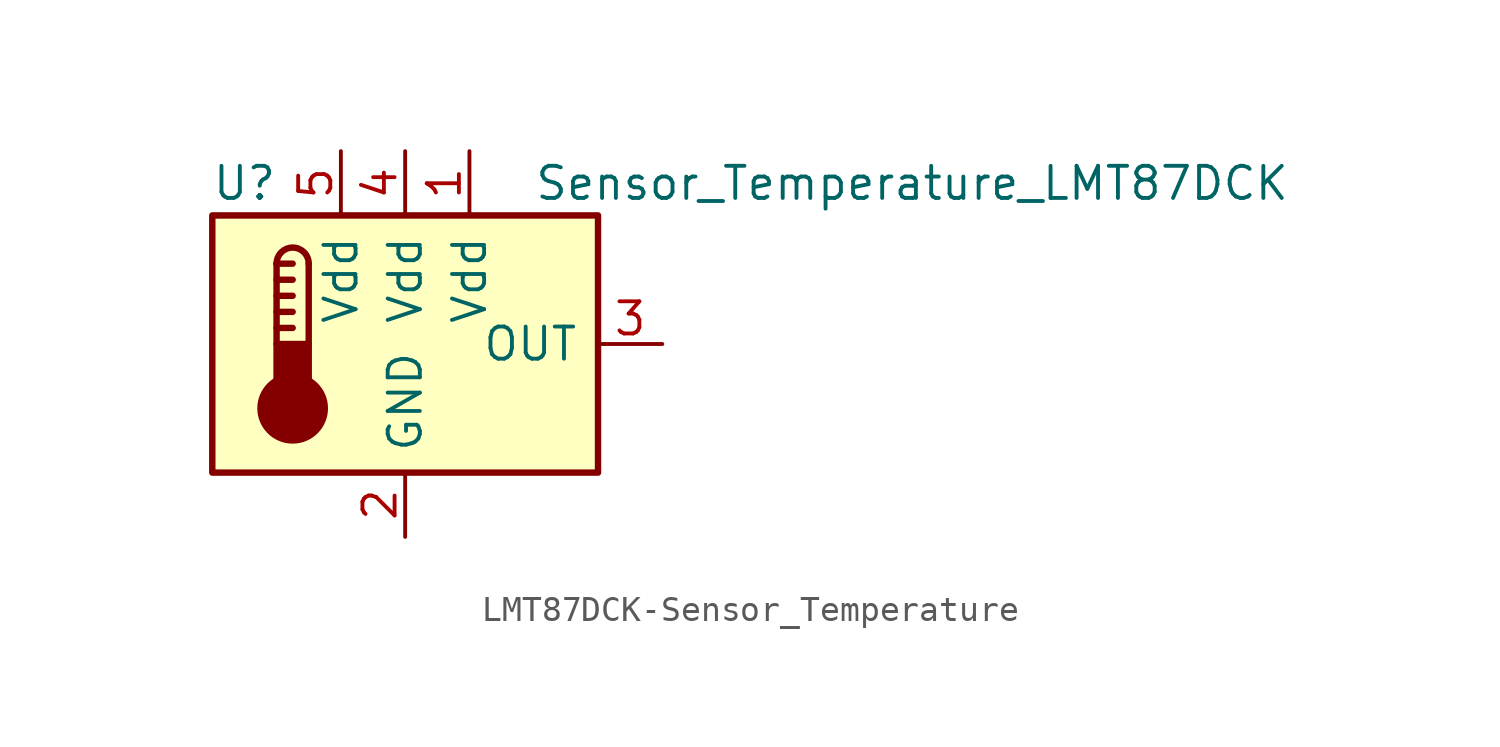
<source format=kicad_sym>
(kicad_symbol_lib
  (version 20220914)
  (generator kicad_symbol_editor)
  (symbol "LMT87DCK-Sensor_Temperature"
    (pin_names
      (offset 0.762))
    (property "Reference" "U"
      (at -6.35 6.35 0)
      (effects (font (size 1.27 1.27))))
    (property "Value" "Sensor_Temperature_LMT87DCK"
      (at 5.08 6.35 0)
      (effects (font (size 1.27 1.27)) (justify left)))
    (symbol "LMT87DCK-Sensor_Temperature_0_1"
      (rectangle (start -7.62 5.08) (end 7.62 -5.08) (stroke (width 0.254) (type solid)) (fill (type background)))
      (circle (center -4.445 -2.54) (radius 1.27) (stroke (width 0.254) (type solid)) (fill (type outline)))
      (rectangle (start -3.81 -1.905) (end -5.08 0) (stroke (width 0.254) (type solid)) (fill (type outline)))
      (arc (start -3.81 3.175) (mid -4.445 3.8073) (end -5.08 3.175) (stroke (width 0.254) (type solid)) (fill (type none)))
      (polyline (pts (xy -5.08 0.635) (xy -4.445 0.635)) (stroke (width 0.254) (type solid)) (fill (type none)))
      (polyline (pts (xy -5.08 1.27) (xy -4.445 1.27)) (stroke (width 0.254) (type solid)) (fill (type none)))
      (polyline (pts (xy -5.08 1.905) (xy -4.445 1.905)) (stroke (width 0.254) (type solid)) (fill (type none)))
      (polyline (pts (xy -5.08 2.54) (xy -4.445 2.54)) (stroke (width 0.254) (type solid)) (fill (type none)))
      (polyline (pts (xy -5.08 3.175) (xy -5.08 0)) (stroke (width 0.254) (type solid)) (fill (type none)))
      (polyline (pts (xy -5.08 3.175) (xy -4.445 3.175)) (stroke (width 0.254) (type solid)) (fill (type none)))
      (polyline (pts (xy -3.81 3.175) (xy -3.81 0)) (stroke (width 0.254) (type solid)) (fill (type none))))
    (symbol "LMT87DCK-Sensor_Temperature_1_1"
      (pin power_in line (at 2.54 7.62 270) (length 2.54) (name "Vdd" (effects (font (size 1.27 1.27)))) (number "1" (effects (font (size 1.27 1.27)))))
      (pin power_in line (at 0 -7.62 90) (length 2.54) (name "GND" (effects (font (size 1.27 1.27)))) (number "2" (effects (font (size 1.27 1.27)))))
      (pin output line (at 10.16 0 180) (length 2.54) (name "OUT" (effects (font (size 1.27 1.27)))) (number "3" (effects (font (size 1.27 1.27)))))
      (pin power_in line (at 0 7.62 270) (length 2.54) (name "Vdd" (effects (font (size 1.27 1.27)))) (number "4" (effects (font (size 1.27 1.27)))))
      (pin power_in line (at -2.54 7.62 270) (length 2.54) (name "Vdd" (effects (font (size 1.27 1.27)))) (number "5" (effects (font (size 1.27 1.27))))))))
</source>
